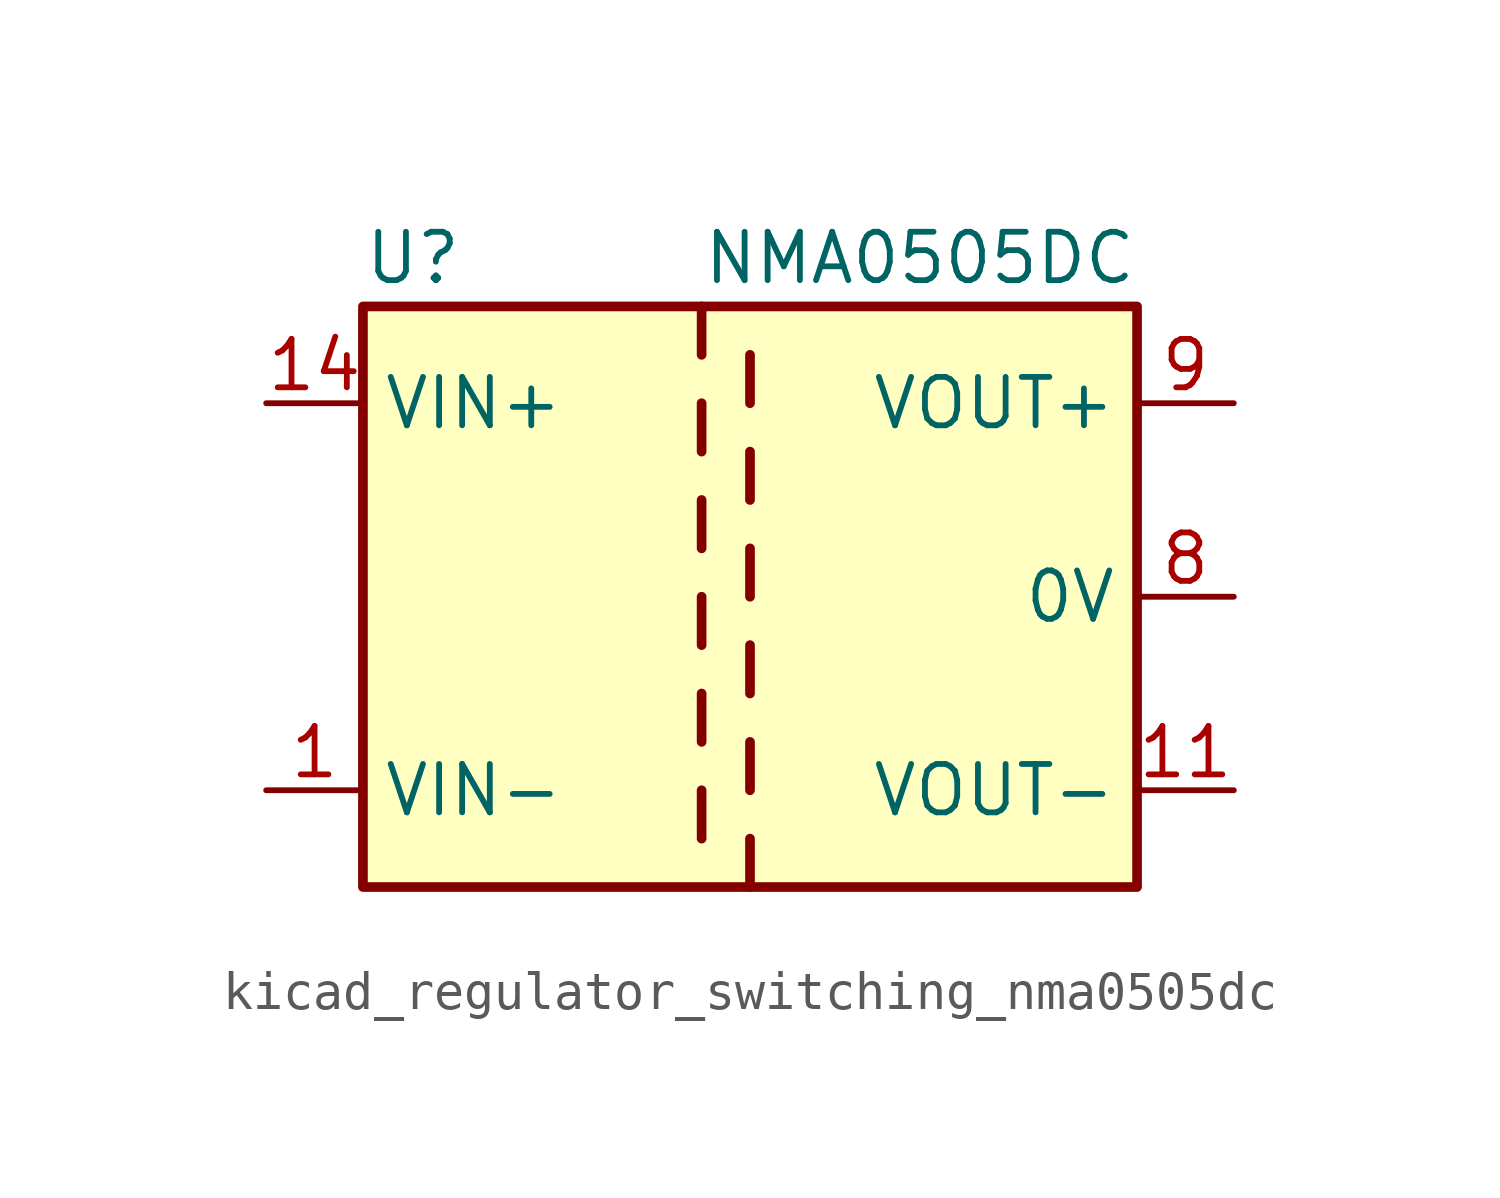
<source format=kicad_sym>
(kicad_symbol_lib
  (version 20220914)
  (generator kicad_symbol_editor)
  (symbol "kicad_regulator_switching_nma0505dc"
    (property "Reference" "U"
      (at -10.16 8.89 0)
      (effects (font (size 1.27 1.27)) (justify left)))
    (property "Value" "NMA0505DC"
      (at -1.27 8.89 0)
      (effects (font (size 1.27 1.27)) (justify left)))
    (symbol "kicad_regulator_switching_nma0505dc_0_1"
      (rectangle (start -10.16 7.62) (end 10.16 -7.62) (stroke (width 0.254) (type default)) (fill (type background)))
      (polyline (pts (xy -1.27 -5.08) (xy -1.27 -6.35)) (stroke (width 0.254) (type default)) (fill (type none)))
      (polyline (pts (xy -1.27 -2.54) (xy -1.27 -3.81)) (stroke (width 0.254) (type default)) (fill (type none)))
      (polyline (pts (xy -1.27 0) (xy -1.27 -1.27)) (stroke (width 0.254) (type default)) (fill (type none)))
      (polyline (pts (xy -1.27 2.54) (xy -1.27 1.27)) (stroke (width 0.254) (type default)) (fill (type none)))
      (polyline (pts (xy -1.27 5.08) (xy -1.27 3.81)) (stroke (width 0.254) (type default)) (fill (type none)))
      (polyline (pts (xy -1.27 7.62) (xy -1.27 6.35)) (stroke (width 0.254) (type default)) (fill (type none)))
      (polyline (pts (xy 0 -7.62) (xy 0 -6.35)) (stroke (width 0.254) (type default)) (fill (type none)))
      (polyline (pts (xy 0 -5.08) (xy 0 -3.81)) (stroke (width 0.254) (type default)) (fill (type none)))
      (polyline (pts (xy 0 -1.27) (xy 0 -2.54)) (stroke (width 0.254) (type default)) (fill (type none)))
      (polyline (pts (xy 0 0) (xy 0 1.27)) (stroke (width 0.254) (type default)) (fill (type none)))
      (polyline (pts (xy 0 2.54) (xy 0 3.81)) (stroke (width 0.254) (type default)) (fill (type none)))
      (polyline (pts (xy 0 5.08) (xy 0 6.35)) (stroke (width 0.254) (type default)) (fill (type none))))
    (symbol "kicad_regulator_switching_nma0505dc_1_1"
      (pin power_in line (at -12.7 -5.08 0) (length 2.54) (name "VIN-" (effects (font (size 1.27 1.27)))) (number "1" (effects (font (size 1.27 1.27)))))
      (pin power_out line (at 12.7 -5.08 180) (length 2.54) (name "VOUT-" (effects (font (size 1.27 1.27)))) (number "11" (effects (font (size 1.27 1.27)))))
      (pin power_in line (at -12.7 5.08 0) (length 2.54) (name "VIN+" (effects (font (size 1.27 1.27)))) (number "14" (effects (font (size 1.27 1.27)))))
      (pin no_connect line (at -10.16 0 0) (length 2.54) hide (name "NC" (effects (font (size 1.27 1.27)))) (number "7" (effects (font (size 1.27 1.27)))))
      (pin power_out line (at 12.7 0 180) (length 2.54) (name "0V" (effects (font (size 1.27 1.27)))) (number "8" (effects (font (size 1.27 1.27)))))
      (pin power_out line (at 12.7 5.08 180) (length 2.54) (name "VOUT+" (effects (font (size 1.27 1.27)))) (number "9" (effects (font (size 1.27 1.27))))))))
</source>
